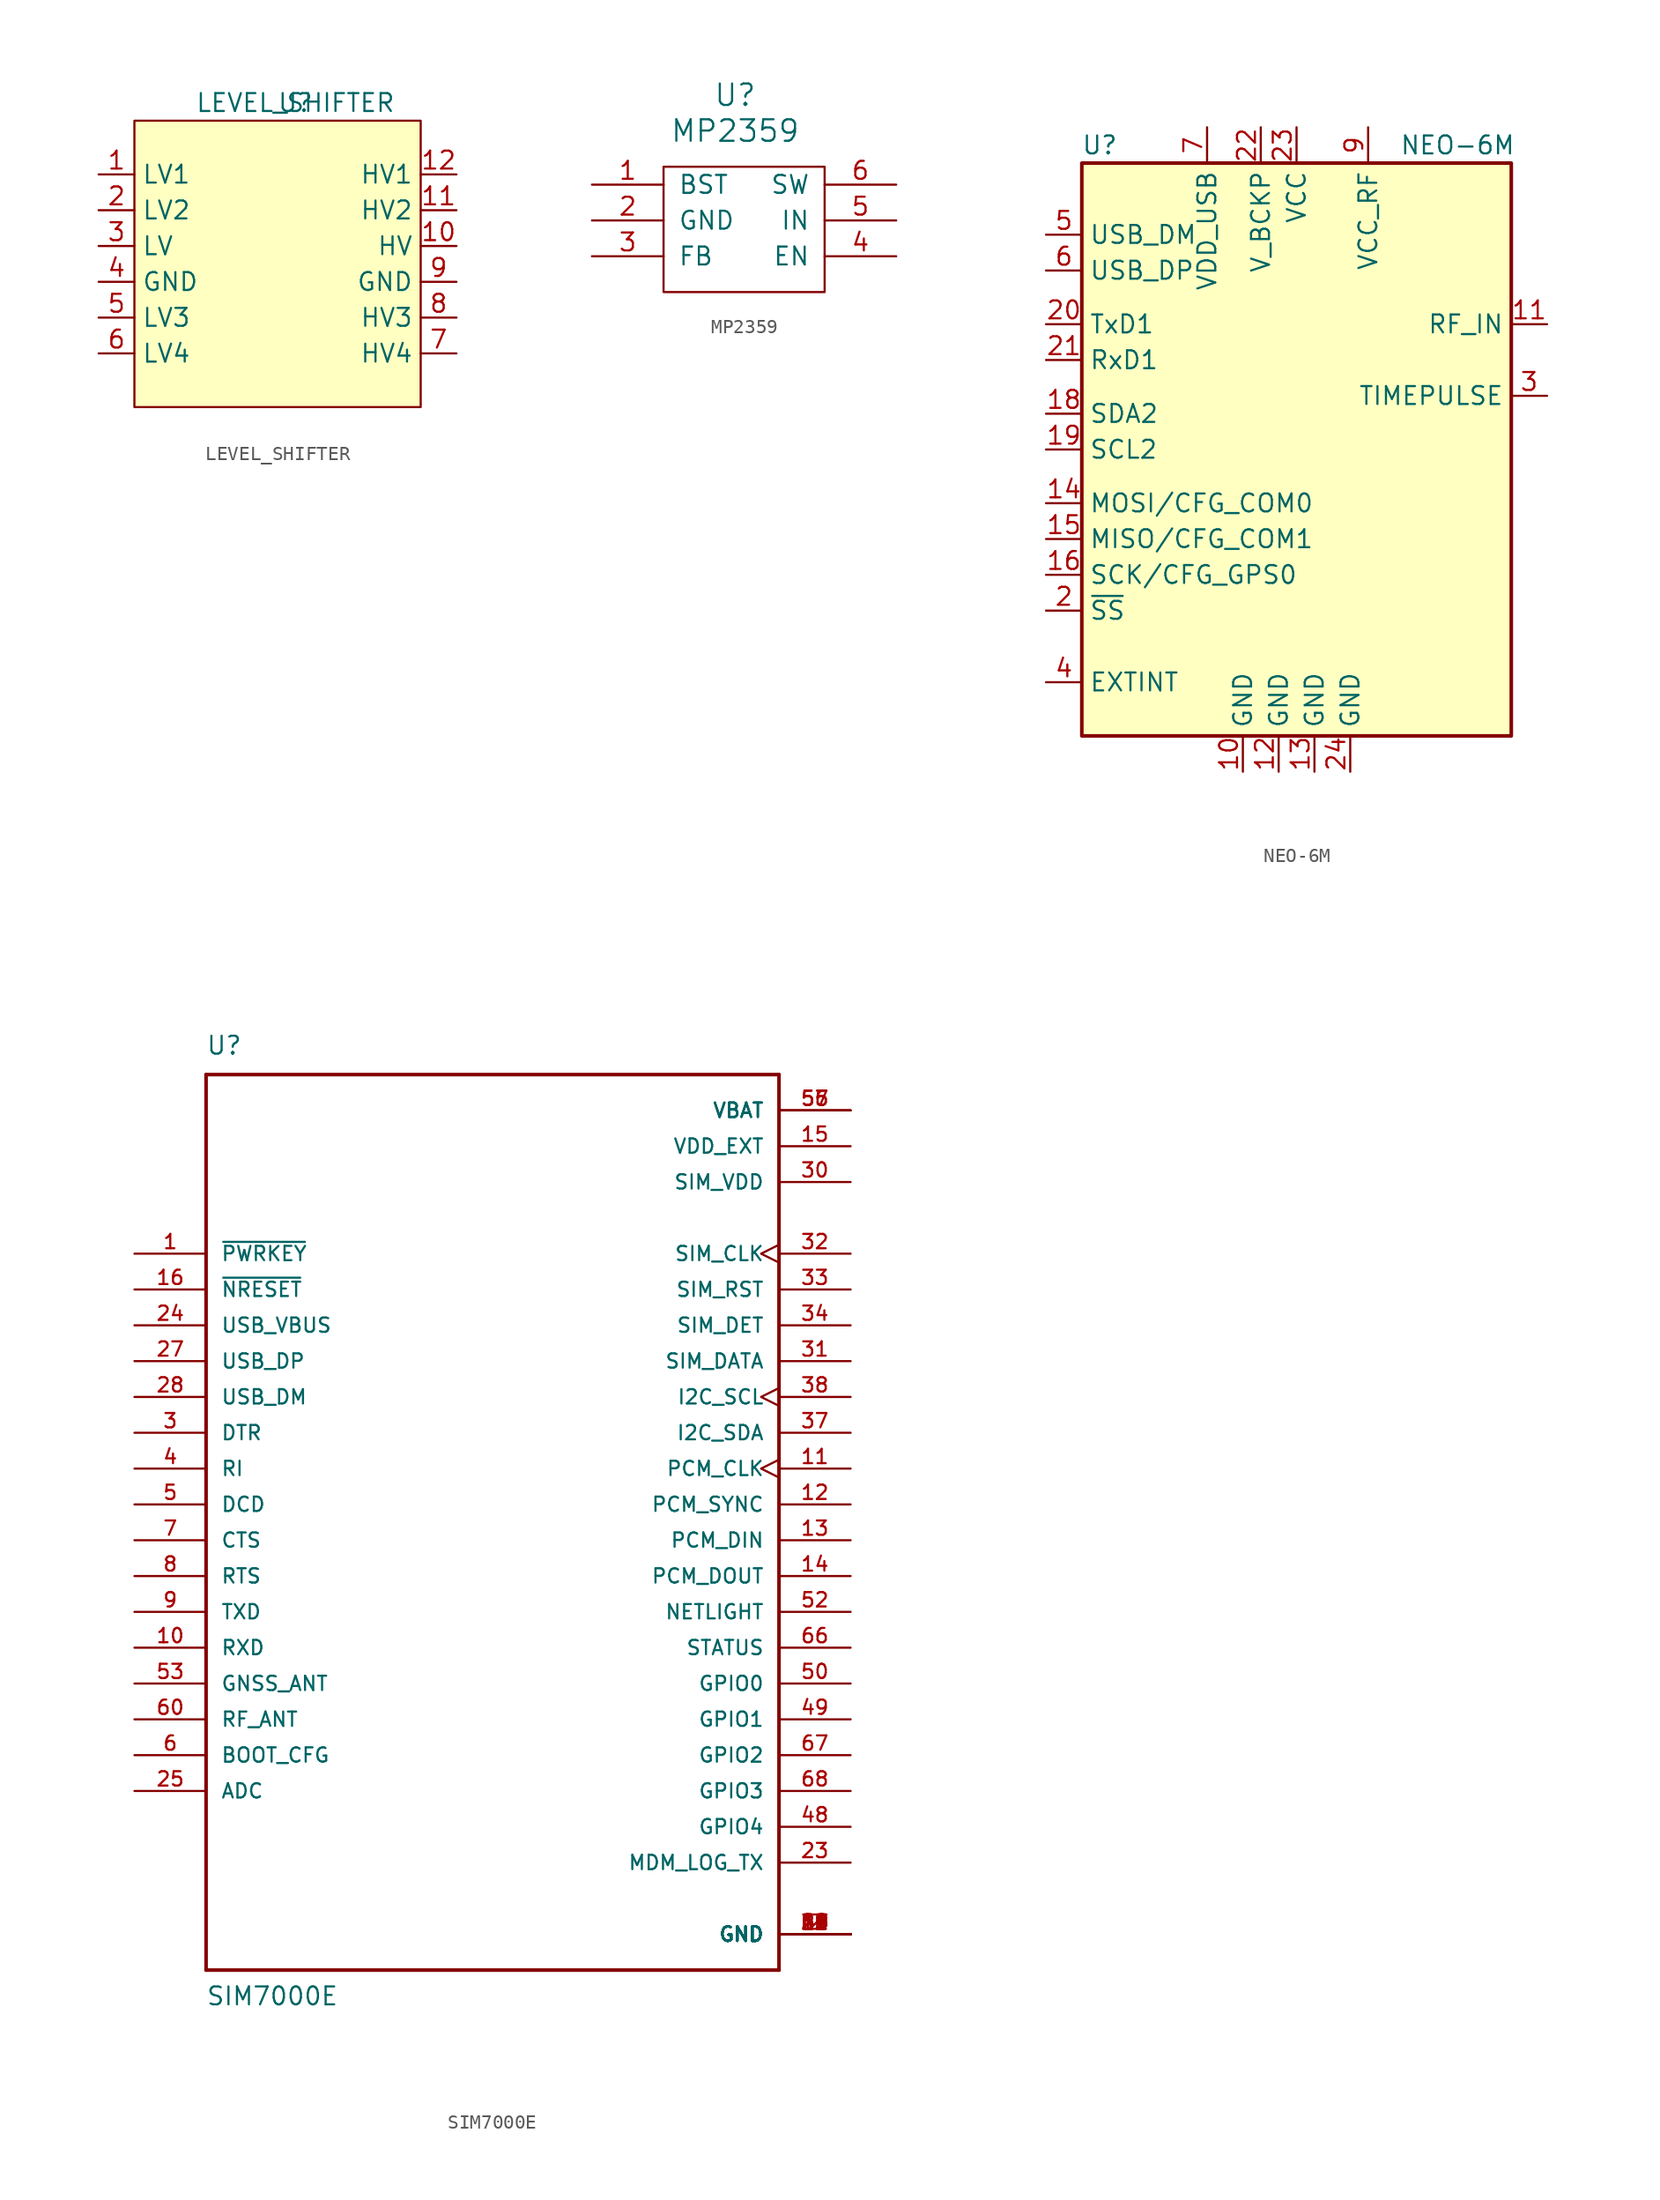
<source format=kicad_sym>
(kicad_symbol_lib
  (version 20231120)
  (generator "kicad_symbol_editor")
  (generator_version "8.0")
  (symbol "LEVEL_SHIFTER"
    (property "Reference" "U"
      (at 0 0 0)
      (effects (font (size 1.27 1.27))))
    (property "Value" "LEVEL_SHIFTER"
      (at 0 0 0)
      (effects (font (size 1.27 1.27))))
    (symbol "LEVEL_SHIFTER_0_1"
      (rectangle (start -11.43 -1.27) (end 8.89 -21.59) (stroke (width 0.152) (type default)) (fill (type background))))
    (symbol "LEVEL_SHIFTER_1_1"
      (pin bidirectional line (at -13.97 -5.08 0) (length 2.54) (name "LV1" (effects (font (size 1.27 1.27)))) (number "1" (effects (font (size 1.27 1.27)))))
      (pin power_in line (at 11.43 -10.16 180) (length 2.54) (name "HV" (effects (font (size 1.27 1.27)))) (number "10" (effects (font (size 1.27 1.27)))))
      (pin bidirectional line (at 11.43 -7.62 180) (length 2.54) (name "HV2" (effects (font (size 1.27 1.27)))) (number "11" (effects (font (size 1.27 1.27)))))
      (pin bidirectional line (at 11.43 -5.08 180) (length 2.54) (name "HV1" (effects (font (size 1.27 1.27)))) (number "12" (effects (font (size 1.27 1.27)))))
      (pin bidirectional line (at -13.97 -7.62 0) (length 2.54) (name "LV2" (effects (font (size 1.27 1.27)))) (number "2" (effects (font (size 1.27 1.27)))))
      (pin input line (at -13.97 -10.16 0) (length 2.54) (name "LV" (effects (font (size 1.27 1.27)))) (number "3" (effects (font (size 1.27 1.27)))))
      (pin power_in line (at -13.97 -12.7 0) (length 2.54) (name "GND" (effects (font (size 1.27 1.27)))) (number "4" (effects (font (size 1.27 1.27)))))
      (pin bidirectional line (at -13.97 -15.24 0) (length 2.54) (name "LV3" (effects (font (size 1.27 1.27)))) (number "5" (effects (font (size 1.27 1.27)))))
      (pin bidirectional line (at -13.97 -17.78 0) (length 2.54) (name "LV4" (effects (font (size 1.27 1.27)))) (number "6" (effects (font (size 1.27 1.27)))))
      (pin bidirectional line (at 11.43 -17.78 180) (length 2.54) (name "HV4" (effects (font (size 1.27 1.27)))) (number "7" (effects (font (size 1.27 1.27)))))
      (pin bidirectional line (at 11.43 -15.24 180) (length 2.54) (name "HV3" (effects (font (size 1.27 1.27)))) (number "8" (effects (font (size 1.27 1.27)))))
      (pin power_in line (at 11.43 -12.7 180) (length 2.54) (name "GND" (effects (font (size 1.27 1.27)))) (number "9" (effects (font (size 1.27 1.27)))))))
  (symbol "MP2359"
    (pin_names
      (offset 1.016))
    (property "Reference" "U"
      (at 0 2.54 0)
      (effects (font (size 1.524 1.524))))
    (property "Value" "MP2359"
      (at 0 0 0)
      (effects (font (size 1.524 1.524))))
    (symbol "MP2359_0_1"
      (rectangle (start -5.08 -2.54) (end 6.35 -11.43) (stroke (width 0) (type default)) (fill (type none))))
    (symbol "MP2359_1_1"
      (pin output line (at -10.16 -3.81 0) (length 5.08) (name "BST" (effects (font (size 1.27 1.27)))) (number "1" (effects (font (size 1.27 1.27)))))
      (pin power_in line (at -10.16 -6.35 0) (length 5.08) (name "GND" (effects (font (size 1.27 1.27)))) (number "2" (effects (font (size 1.27 1.27)))))
      (pin input line (at -10.16 -8.89 0) (length 5.08) (name "FB" (effects (font (size 1.27 1.27)))) (number "3" (effects (font (size 1.27 1.27)))))
      (pin input line (at 11.43 -8.89 180) (length 5.08) (name "EN" (effects (font (size 1.27 1.27)))) (number "4" (effects (font (size 1.27 1.27)))))
      (pin power_in line (at 11.43 -6.35 180) (length 5.08) (name "IN" (effects (font (size 1.27 1.27)))) (number "5" (effects (font (size 1.27 1.27)))))
      (pin output line (at 11.43 -3.81 180) (length 5.08) (name "SW" (effects (font (size 1.27 1.27)))) (number "6" (effects (font (size 1.27 1.27)))))))
  (symbol "NEO-6M"
    (property "Reference" "U"
      (at -13.97 21.59 0)
      (effects (font (size 1.27 1.27))))
    (property "Value" "NEO-6M"
      (at 11.43 21.59 0)
      (effects (font (size 1.27 1.27))))
    (symbol "NEO-6M_0_1"
      (rectangle (start -15.24 20.32) (end 15.24 -20.32) (stroke (width 0.254) (type default)) (fill (type background))))
    (symbol "NEO-6M_1_1"
      (pin no_connect line (at 15.24 -6.35 180) (length 2.54) hide (name "RESERVED" (effects (font (size 1.27 1.27)))) (number "1" (effects (font (size 1.27 1.27)))))
      (pin power_in line (at -3.81 -22.86 90) (length 2.54) (name "GND" (effects (font (size 1.27 1.27)))) (number "10" (effects (font (size 1.27 1.27)))))
      (pin input line (at 17.78 8.89 180) (length 2.54) (name "RF_IN" (effects (font (size 1.27 1.27)))) (number "11" (effects (font (size 1.27 1.27)))))
      (pin passive line (at -3.81 -22.86 90) (length 2.54) hide (name "GND" (effects (font (size 1.27 1.27)))) (number "12" (effects (font (size 1.27 1.27)))))
      (pin power_in line (at -1.27 -22.86 90) (length 2.54) (name "GND" (effects (font (size 1.27 1.27)))) (number "12" (effects (font (size 1.27 1.27)))))
      (pin passive line (at -3.81 -22.86 90) (length 2.54) hide (name "GND" (effects (font (size 1.27 1.27)))) (number "13" (effects (font (size 1.27 1.27)))))
      (pin power_in line (at 1.27 -22.86 90) (length 2.54) (name "GND" (effects (font (size 1.27 1.27)))) (number "13" (effects (font (size 1.27 1.27)))))
      (pin input line (at -17.78 -3.81 0) (length 2.54) (name "MOSI/CFG_COM0" (effects (font (size 1.27 1.27)))) (number "14" (effects (font (size 1.27 1.27)))))
      (pin output line (at -17.78 -6.35 0) (length 2.54) (name "MISO/CFG_COM1" (effects (font (size 1.27 1.27)))) (number "15" (effects (font (size 1.27 1.27)))))
      (pin input line (at -17.78 -8.89 0) (length 2.54) (name "SCK/CFG_GPS0" (effects (font (size 1.27 1.27)))) (number "16" (effects (font (size 1.27 1.27)))))
      (pin no_connect line (at 15.24 -11.43 180) (length 2.54) hide (name "RESERVED" (effects (font (size 1.27 1.27)))) (number "17" (effects (font (size 1.27 1.27)))))
      (pin bidirectional line (at -17.78 2.54 0) (length 2.54) (name "SDA2" (effects (font (size 1.27 1.27)))) (number "18" (effects (font (size 1.27 1.27)))))
      (pin input line (at -17.78 0 0) (length 2.54) (name "SCL2" (effects (font (size 1.27 1.27)))) (number "19" (effects (font (size 1.27 1.27)))))
      (pin input line (at -17.78 -11.43 0) (length 2.54) (name "~{SS}" (effects (font (size 1.27 1.27)))) (number "2" (effects (font (size 1.27 1.27)))))
      (pin output line (at -17.78 8.89 0) (length 2.54) (name "TxD1" (effects (font (size 1.27 1.27)))) (number "20" (effects (font (size 1.27 1.27)))))
      (pin input line (at -17.78 6.35 0) (length 2.54) (name "RxD1" (effects (font (size 1.27 1.27)))) (number "21" (effects (font (size 1.27 1.27)))))
      (pin power_in line (at -2.54 22.86 270) (length 2.54) (name "V_BCKP" (effects (font (size 1.27 1.27)))) (number "22" (effects (font (size 1.27 1.27)))))
      (pin power_in line (at 0 22.86 270) (length 2.54) (name "VCC" (effects (font (size 1.27 1.27)))) (number "23" (effects (font (size 1.27 1.27)))))
      (pin passive line (at -3.81 -22.86 90) (length 2.54) hide (name "GND" (effects (font (size 1.27 1.27)))) (number "24" (effects (font (size 1.27 1.27)))))
      (pin power_in line (at 3.81 -22.86 90) (length 2.54) (name "GND" (effects (font (size 1.27 1.27)))) (number "24" (effects (font (size 1.27 1.27)))))
      (pin output line (at 17.78 3.81 180) (length 2.54) (name "TIMEPULSE" (effects (font (size 1.27 1.27)))) (number "3" (effects (font (size 1.27 1.27)))))
      (pin input line (at -17.78 -16.51 0) (length 2.54) (name "EXTINT" (effects (font (size 1.27 1.27)))) (number "4" (effects (font (size 1.27 1.27)))))
      (pin bidirectional line (at -17.78 15.24 0) (length 2.54) (name "USB_DM" (effects (font (size 1.27 1.27)))) (number "5" (effects (font (size 1.27 1.27)))))
      (pin bidirectional line (at -17.78 12.7 0) (length 2.54) (name "USB_DP" (effects (font (size 1.27 1.27)))) (number "6" (effects (font (size 1.27 1.27)))))
      (pin power_in line (at -6.35 22.86 270) (length 2.54) (name "VDD_USB" (effects (font (size 1.27 1.27)))) (number "7" (effects (font (size 1.27 1.27)))))
      (pin no_connect line (at 15.24 -8.89 180) (length 2.54) hide (name "RESERVED" (effects (font (size 1.27 1.27)))) (number "8" (effects (font (size 1.27 1.27)))))
      (pin power_out line (at 5.08 22.86 270) (length 2.54) (name "VCC_RF" (effects (font (size 1.27 1.27)))) (number "9" (effects (font (size 1.27 1.27)))))))
  (symbol "SIM7000E"
    (pin_names
      (offset 1.016))
    (property "Reference" "U"
      (at -20.345 34.341 0)
      (effects (font (size 1.27 1.27)) (justify left bottom)))
    (property "Value" "SIM7000E"
      (at -20.345 -33.071 0)
      (effects (font (size 1.27 1.27)) (justify left bottom)))
    (symbol "SIM7000E_0_0"
      (polyline (pts (xy -20.32 -30.48) (xy -20.32 33.02)) (stroke (width 0.254) (type default)) (fill (type none)))
      (polyline (pts (xy -20.32 33.02) (xy 20.32 33.02)) (stroke (width 0.254) (type default)) (fill (type none)))
      (polyline (pts (xy 20.32 -30.48) (xy -20.32 -30.48)) (stroke (width 0.254) (type default)) (fill (type none)))
      (polyline (pts (xy 20.32 33.02) (xy 20.32 -30.48)) (stroke (width 0.254) (type default)) (fill (type none)))
      (pin input line (at -25.4 20.32 0) (length 5.08) (name "~{PWRKEY}" (effects (font (size 1.016 1.016)))) (number "1" (effects (font (size 1.016 1.016)))))
      (pin input line (at -25.4 -7.62 0) (length 5.08) (name "RXD" (effects (font (size 1.016 1.016)))) (number "10" (effects (font (size 1.016 1.016)))))
      (pin output clock (at 25.4 5.08 180) (length 5.08) (name "PCM_CLK" (effects (font (size 1.016 1.016)))) (number "11" (effects (font (size 1.016 1.016)))))
      (pin output line (at 25.4 2.54 180) (length 5.08) (name "PCM_SYNC" (effects (font (size 1.016 1.016)))) (number "12" (effects (font (size 1.016 1.016)))))
      (pin input line (at 25.4 0 180) (length 5.08) (name "PCM_DIN" (effects (font (size 1.016 1.016)))) (number "13" (effects (font (size 1.016 1.016)))))
      (pin output line (at 25.4 -2.54 180) (length 5.08) (name "PCM_DOUT" (effects (font (size 1.016 1.016)))) (number "14" (effects (font (size 1.016 1.016)))))
      (pin power_out line (at 25.4 27.94 180) (length 5.08) (name "VDD_EXT" (effects (font (size 1.016 1.016)))) (number "15" (effects (font (size 1.016 1.016)))))
      (pin input line (at -25.4 17.78 0) (length 5.08) (name "~{NRESET}" (effects (font (size 1.016 1.016)))) (number "16" (effects (font (size 1.016 1.016)))))
      (pin power_in line (at 25.4 -27.94 180) (length 5.08) (name "GND" (effects (font (size 1.016 1.016)))) (number "17" (effects (font (size 1.016 1.016)))))
      (pin power_in line (at 25.4 -27.94 180) (length 5.08) (name "GND" (effects (font (size 1.016 1.016)))) (number "18" (effects (font (size 1.016 1.016)))))
      (pin power_in line (at 25.4 -27.94 180) (length 5.08) (name "GND" (effects (font (size 1.016 1.016)))) (number "2" (effects (font (size 1.016 1.016)))))
      (pin output line (at 25.4 -22.86 180) (length 5.08) (name "MDM_LOG_TX" (effects (font (size 1.016 1.016)))) (number "23" (effects (font (size 1.016 1.016)))))
      (pin input line (at -25.4 15.24 0) (length 5.08) (name "USB_VBUS" (effects (font (size 1.016 1.016)))) (number "24" (effects (font (size 1.016 1.016)))))
      (pin input line (at -25.4 -17.78 0) (length 5.08) (name "ADC" (effects (font (size 1.016 1.016)))) (number "25" (effects (font (size 1.016 1.016)))))
      (pin bidirectional line (at -25.4 12.7 0) (length 5.08) (name "USB_DP" (effects (font (size 1.016 1.016)))) (number "27" (effects (font (size 1.016 1.016)))))
      (pin bidirectional line (at -25.4 10.16 0) (length 5.08) (name "USB_DM" (effects (font (size 1.016 1.016)))) (number "28" (effects (font (size 1.016 1.016)))))
      (pin power_in line (at 25.4 -27.94 180) (length 5.08) (name "GND" (effects (font (size 1.016 1.016)))) (number "29" (effects (font (size 1.016 1.016)))))
      (pin input line (at -25.4 7.62 0) (length 5.08) (name "DTR" (effects (font (size 1.016 1.016)))) (number "3" (effects (font (size 1.016 1.016)))))
      (pin power_out line (at 25.4 25.4 180) (length 5.08) (name "SIM_VDD" (effects (font (size 1.016 1.016)))) (number "30" (effects (font (size 1.016 1.016)))))
      (pin bidirectional line (at 25.4 12.7 180) (length 5.08) (name "SIM_DATA" (effects (font (size 1.016 1.016)))) (number "31" (effects (font (size 1.016 1.016)))))
      (pin output clock (at 25.4 20.32 180) (length 5.08) (name "SIM_CLK" (effects (font (size 1.016 1.016)))) (number "32" (effects (font (size 1.016 1.016)))))
      (pin output line (at 25.4 17.78 180) (length 5.08) (name "SIM_RST" (effects (font (size 1.016 1.016)))) (number "33" (effects (font (size 1.016 1.016)))))
      (pin input line (at 25.4 15.24 180) (length 5.08) (name "SIM_DET" (effects (font (size 1.016 1.016)))) (number "34" (effects (font (size 1.016 1.016)))))
      (pin bidirectional line (at 25.4 7.62 180) (length 5.08) (name "I2C_SDA" (effects (font (size 1.016 1.016)))) (number "37" (effects (font (size 1.016 1.016)))))
      (pin output clock (at 25.4 10.16 180) (length 5.08) (name "I2C_SCL" (effects (font (size 1.016 1.016)))) (number "38" (effects (font (size 1.016 1.016)))))
      (pin power_in line (at 25.4 -27.94 180) (length 5.08) (name "GND" (effects (font (size 1.016 1.016)))) (number "39" (effects (font (size 1.016 1.016)))))
      (pin output line (at -25.4 5.08 0) (length 5.08) (name "RI" (effects (font (size 1.016 1.016)))) (number "4" (effects (font (size 1.016 1.016)))))
      (pin power_in line (at 25.4 -27.94 180) (length 5.08) (name "GND" (effects (font (size 1.016 1.016)))) (number "45" (effects (font (size 1.016 1.016)))))
      (pin power_in line (at 25.4 -27.94 180) (length 5.08) (name "GND" (effects (font (size 1.016 1.016)))) (number "46" (effects (font (size 1.016 1.016)))))
      (pin bidirectional line (at 25.4 -20.32 180) (length 5.08) (name "GPIO4" (effects (font (size 1.016 1.016)))) (number "48" (effects (font (size 1.016 1.016)))))
      (pin bidirectional line (at 25.4 -12.7 180) (length 5.08) (name "GPIO1" (effects (font (size 1.016 1.016)))) (number "49" (effects (font (size 1.016 1.016)))))
      (pin output line (at -25.4 2.54 0) (length 5.08) (name "DCD" (effects (font (size 1.016 1.016)))) (number "5" (effects (font (size 1.016 1.016)))))
      (pin bidirectional line (at 25.4 -10.16 180) (length 5.08) (name "GPIO0" (effects (font (size 1.016 1.016)))) (number "50" (effects (font (size 1.016 1.016)))))
      (pin output line (at 25.4 -5.08 180) (length 5.08) (name "NETLIGHT" (effects (font (size 1.016 1.016)))) (number "52" (effects (font (size 1.016 1.016)))))
      (pin input line (at -25.4 -10.16 0) (length 5.08) (name "GNSS_ANT" (effects (font (size 1.016 1.016)))) (number "53" (effects (font (size 1.016 1.016)))))
      (pin power_in line (at 25.4 -27.94 180) (length 5.08) (name "GND" (effects (font (size 1.016 1.016)))) (number "54" (effects (font (size 1.016 1.016)))))
      (pin power_in line (at 25.4 30.48 180) (length 5.08) (name "VBAT" (effects (font (size 1.016 1.016)))) (number "55" (effects (font (size 1.016 1.016)))))
      (pin power_in line (at 25.4 30.48 180) (length 5.08) (name "VBAT" (effects (font (size 1.016 1.016)))) (number "56" (effects (font (size 1.016 1.016)))))
      (pin power_in line (at 25.4 30.48 180) (length 5.08) (name "VBAT" (effects (font (size 1.016 1.016)))) (number "57" (effects (font (size 1.016 1.016)))))
      (pin power_in line (at 25.4 -27.94 180) (length 5.08) (name "GND" (effects (font (size 1.016 1.016)))) (number "58" (effects (font (size 1.016 1.016)))))
      (pin power_in line (at 25.4 -27.94 180) (length 5.08) (name "GND" (effects (font (size 1.016 1.016)))) (number "59" (effects (font (size 1.016 1.016)))))
      (pin input line (at -25.4 -15.24 0) (length 5.08) (name "BOOT_CFG" (effects (font (size 1.016 1.016)))) (number "6" (effects (font (size 1.016 1.016)))))
      (pin bidirectional line (at -25.4 -12.7 0) (length 5.08) (name "RF_ANT" (effects (font (size 1.016 1.016)))) (number "60" (effects (font (size 1.016 1.016)))))
      (pin power_in line (at 25.4 -27.94 180) (length 5.08) (name "GND" (effects (font (size 1.016 1.016)))) (number "61" (effects (font (size 1.016 1.016)))))
      (pin power_in line (at 25.4 -27.94 180) (length 5.08) (name "GND" (effects (font (size 1.016 1.016)))) (number "62" (effects (font (size 1.016 1.016)))))
      (pin power_in line (at 25.4 -27.94 180) (length 5.08) (name "GND" (effects (font (size 1.016 1.016)))) (number "63" (effects (font (size 1.016 1.016)))))
      (pin power_in line (at 25.4 -27.94 180) (length 5.08) (name "GND" (effects (font (size 1.016 1.016)))) (number "64" (effects (font (size 1.016 1.016)))))
      (pin power_in line (at 25.4 -27.94 180) (length 5.08) (name "GND" (effects (font (size 1.016 1.016)))) (number "65" (effects (font (size 1.016 1.016)))))
      (pin output line (at 25.4 -7.62 180) (length 5.08) (name "STATUS" (effects (font (size 1.016 1.016)))) (number "66" (effects (font (size 1.016 1.016)))))
      (pin bidirectional line (at 25.4 -15.24 180) (length 5.08) (name "GPIO2" (effects (font (size 1.016 1.016)))) (number "67" (effects (font (size 1.016 1.016)))))
      (pin bidirectional line (at 25.4 -17.78 180) (length 5.08) (name "GPIO3" (effects (font (size 1.016 1.016)))) (number "68" (effects (font (size 1.016 1.016)))))
      (pin output line (at -25.4 0 0) (length 5.08) (name "CTS" (effects (font (size 1.016 1.016)))) (number "7" (effects (font (size 1.016 1.016)))))
      (pin input line (at -25.4 -2.54 0) (length 5.08) (name "RTS" (effects (font (size 1.016 1.016)))) (number "8" (effects (font (size 1.016 1.016)))))
      (pin output line (at -25.4 -5.08 0) (length 5.08) (name "TXD" (effects (font (size 1.016 1.016)))) (number "9" (effects (font (size 1.016 1.016))))))))
</source>
